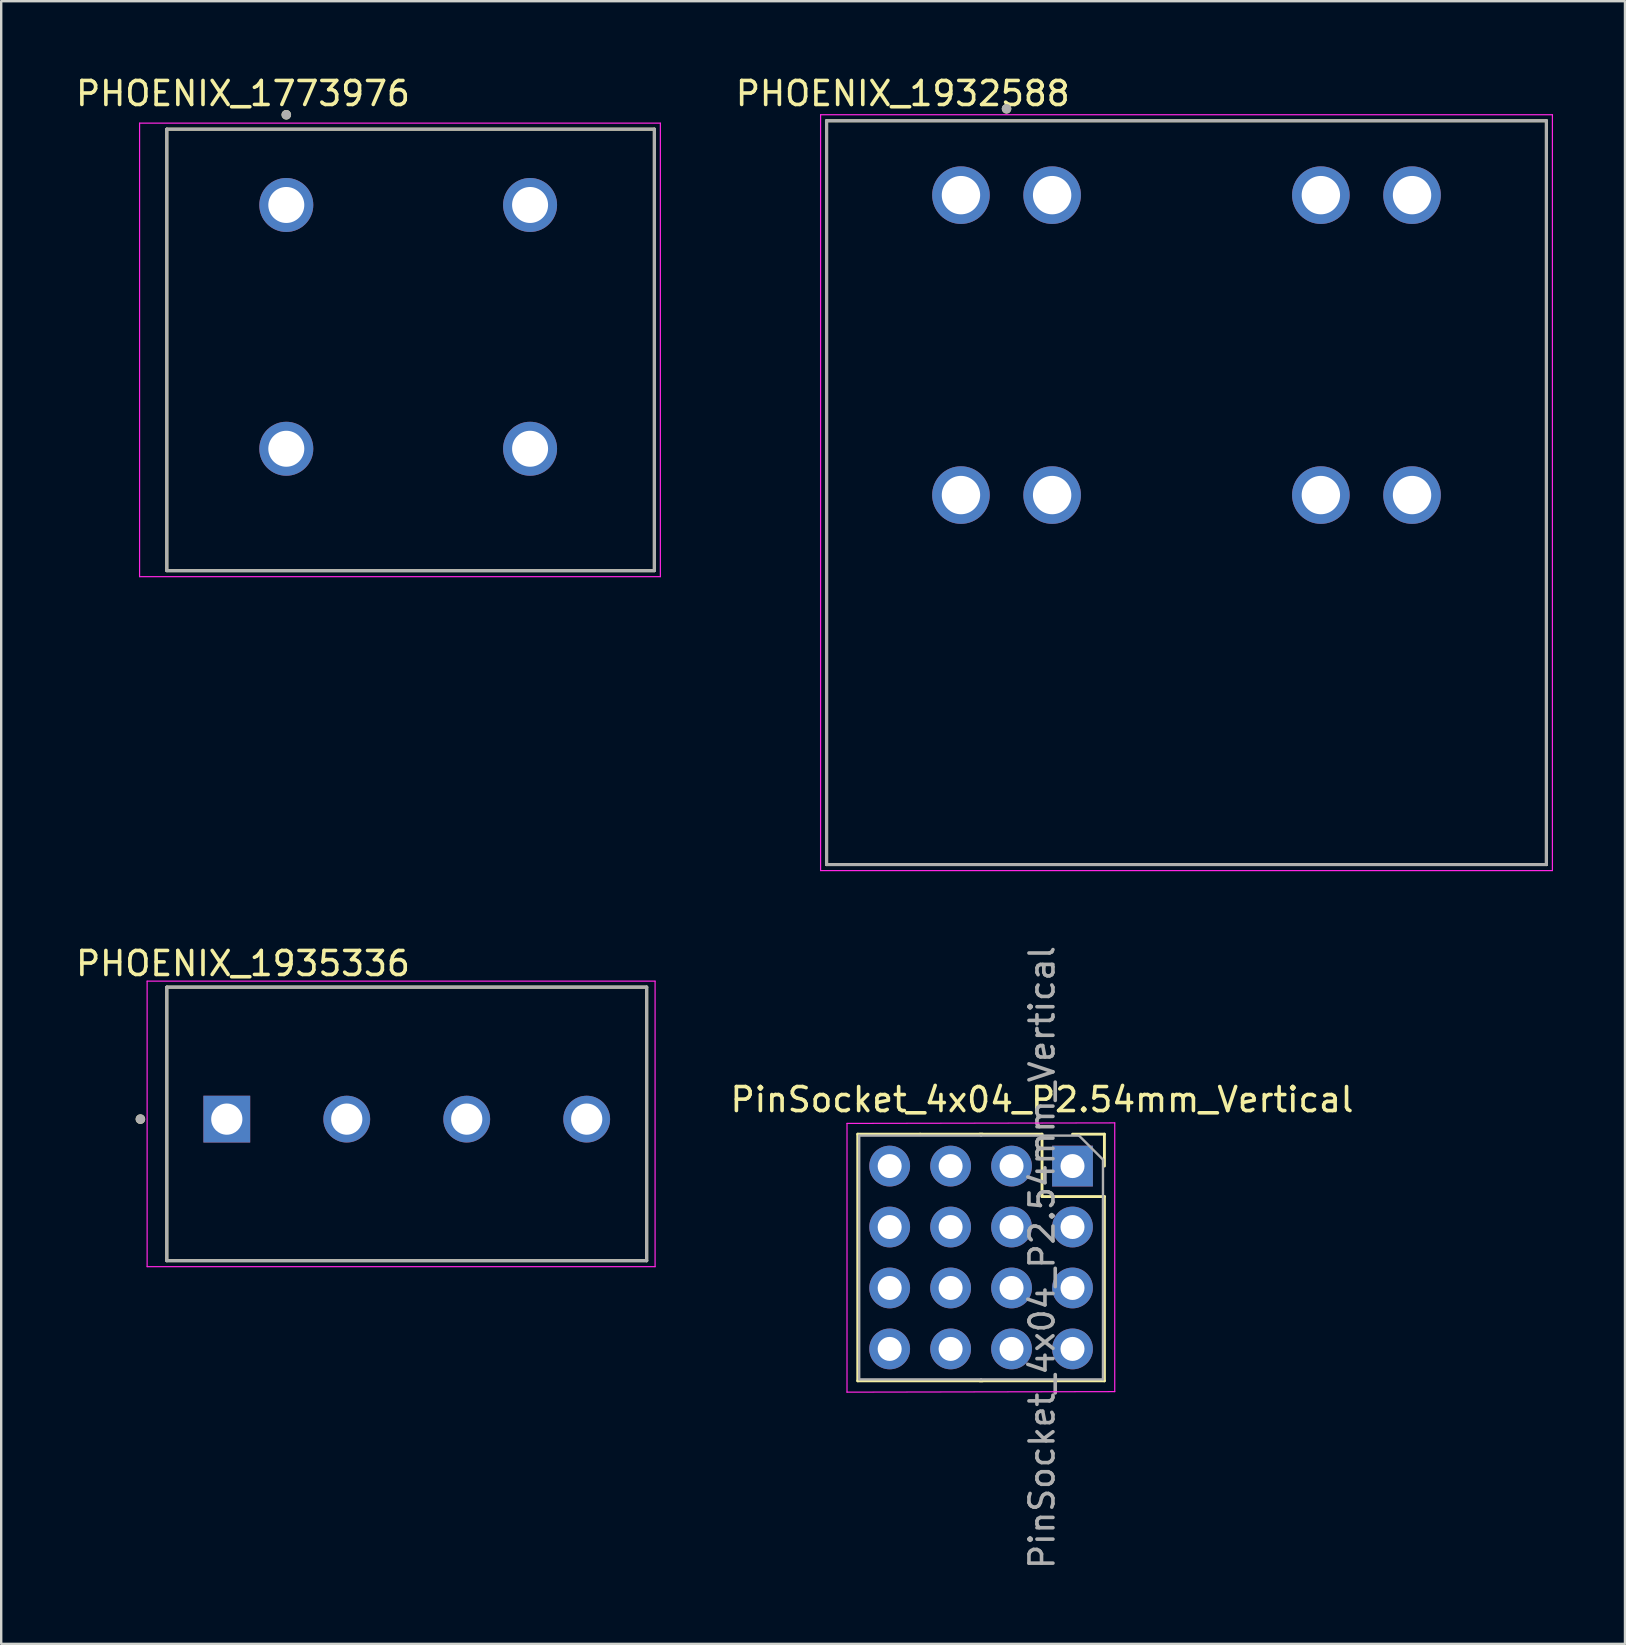
<source format=kicad_pcb>
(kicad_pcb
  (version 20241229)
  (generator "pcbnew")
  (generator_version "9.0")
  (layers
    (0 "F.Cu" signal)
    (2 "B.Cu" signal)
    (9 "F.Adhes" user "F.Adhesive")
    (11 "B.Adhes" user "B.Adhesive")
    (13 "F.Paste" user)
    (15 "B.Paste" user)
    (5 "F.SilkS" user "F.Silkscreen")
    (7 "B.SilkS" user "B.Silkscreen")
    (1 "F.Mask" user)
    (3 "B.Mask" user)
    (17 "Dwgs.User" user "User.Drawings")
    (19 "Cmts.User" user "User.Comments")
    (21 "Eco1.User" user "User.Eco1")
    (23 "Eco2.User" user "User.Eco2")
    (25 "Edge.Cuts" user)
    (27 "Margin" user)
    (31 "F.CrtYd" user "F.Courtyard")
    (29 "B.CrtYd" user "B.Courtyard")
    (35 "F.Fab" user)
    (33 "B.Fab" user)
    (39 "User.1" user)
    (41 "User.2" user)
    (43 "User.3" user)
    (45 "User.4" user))
  (footprint "PHOENIX_1932588"
    (layer "F.Cu")
    (at 31.4 32.983)
    (property "Reference" "PHOENIX_1932588" (at 3.175 -32.135 0) (layer "F.SilkS") (effects (font (size 1 1) (thickness 0.15))))
    (attr through_hole)
    (fp_line (start 0 -31) (end 0 0) (stroke (width 0.127) (type solid)) (layer "F.SilkS"))
    (fp_line (start 0 0) (end 30 0) (stroke (width 0.127) (type solid)) (layer "F.SilkS"))
    (fp_line (start 30 -31) (end 0 -31) (stroke (width 0.127) (type solid)) (layer "F.SilkS"))
    (fp_line (start 30 0) (end 30 -31) (stroke (width 0.127) (type solid)) (layer "F.SilkS"))
    (fp_circle (center 7.5 -31.5) (end 7.6 -31.5) (stroke (width 0.2) (type solid)) (fill no) (layer "F.SilkS"))
    (fp_line (start -0.25 -31.25) (end -0.25 0.25) (stroke (width 0.05) (type solid)) (layer "F.CrtYd"))
    (fp_line (start -0.25 0.25) (end 30.25 0.25) (stroke (width 0.05) (type solid)) (layer "F.CrtYd"))
    (fp_line (start 30.25 -31.25) (end -0.25 -31.25) (stroke (width 0.05) (type solid)) (layer "F.CrtYd"))
    (fp_line (start 30.25 0.25) (end 30.25 -31.25) (stroke (width 0.05) (type solid)) (layer "F.CrtYd"))
    (fp_line (start 0 -31) (end 0 0) (stroke (width 0.127) (type solid)) (layer "F.Fab"))
    (fp_line (start 0 0) (end 30 0) (stroke (width 0.127) (type solid)) (layer "F.Fab"))
    (fp_line (start 30 -31) (end 0 -31) (stroke (width 0.127) (type solid)) (layer "F.Fab"))
    (fp_line (start 30 0) (end 30 -31) (stroke (width 0.127) (type solid)) (layer "F.Fab"))
    (fp_circle (center 7.5 -31.5) (end 7.6 -31.5) (stroke (width 0.2) (type solid)) (fill no) (layer "F.Fab"))
    (pad "1_1" thru_hole circle (at 5.6 -27.9) (size 2.4 2.4) (drill 1.6) (layers "*.Cu" "*.Mask"))
    (pad "1_2" thru_hole circle (at 9.4 -27.9) (size 2.4 2.4) (drill 1.6) (layers "*.Cu" "*.Mask"))
    (pad "1_3" thru_hole circle (at 5.6 -15.4) (size 2.4 2.4) (drill 1.6) (layers "*.Cu" "*.Mask"))
    (pad "1_4" thru_hole circle (at 9.4 -15.4) (size 2.4 2.4) (drill 1.6) (layers "*.Cu" "*.Mask"))
    (pad "2_1" thru_hole circle (at 20.6 -27.9) (size 2.4 2.4) (drill 1.6) (layers "*.Cu" "*.Mask"))
    (pad "2_2" thru_hole circle (at 24.4 -27.9) (size 2.4 2.4) (drill 1.6) (layers "*.Cu" "*.Mask"))
    (pad "2_3" thru_hole circle (at 20.6 -15.4) (size 2.4 2.4) (drill 1.6) (layers "*.Cu" "*.Mask"))
    (pad "2_4" thru_hole circle (at 24.4 -15.4) (size 2.4 2.4) (drill 1.6) (layers "*.Cu" "*.Mask")))
  (footprint "PHOENIX_1935336"
    (layer "F.Cu")
    (at 3.902 49.492)
    (property "Reference" "PHOENIX_1935336" (at 3.175 -12.385 0) (layer "F.SilkS") (effects (font (size 1 1) (thickness 0.15))))
    (attr through_hole)
    (fp_line (start 0 -11.4) (end 20 -11.4) (stroke (width 0.127) (type solid)) (layer "F.SilkS"))
    (fp_line (start 0 0) (end 0 -11.4) (stroke (width 0.127) (type solid)) (layer "F.SilkS"))
    (fp_line (start 0 0) (end 20 0) (stroke (width 0.127) (type solid)) (layer "F.SilkS"))
    (fp_line (start 20 0) (end 20 -11.4) (stroke (width 0.127) (type solid)) (layer "F.SilkS"))
    (fp_circle (center -1.1 -5.9) (end -1 -5.9) (stroke (width 0.2) (type solid)) (fill no) (layer "F.SilkS"))
    (fp_line (start -0.82 -11.65) (end 20.35 -11.65) (stroke (width 0.05) (type solid)) (layer "F.CrtYd"))
    (fp_line (start -0.82 0.25) (end -0.82 -11.65) (stroke (width 0.05) (type solid)) (layer "F.CrtYd"))
    (fp_line (start 20.35 -11.65) (end 20.35 0.25) (stroke (width 0.05) (type solid)) (layer "F.CrtYd"))
    (fp_line (start 20.35 0.25) (end -0.82 0.25) (stroke (width 0.05) (type solid)) (layer "F.CrtYd"))
    (fp_line (start 0 -11.4) (end 20 -11.4) (stroke (width 0.127) (type solid)) (layer "F.Fab"))
    (fp_line (start 0 0) (end 0 -11.4) (stroke (width 0.127) (type solid)) (layer "F.Fab"))
    (fp_line (start 0 0) (end 20 0) (stroke (width 0.127) (type solid)) (layer "F.Fab"))
    (fp_line (start 20 0) (end 20 -11.4) (stroke (width 0.127) (type solid)) (layer "F.Fab"))
    (fp_circle (center -1.1 -5.9) (end -1 -5.9) (stroke (width 0.2) (type solid)) (fill no) (layer "F.Fab"))
    (pad "1" thru_hole rect (at 2.5 -5.9) (size 1.95 1.95) (drill 1.3) (layers "*.Cu" "*.Mask"))
    (pad "2" thru_hole circle (at 7.5 -5.9) (size 1.95 1.95) (drill 1.3) (layers "*.Cu" "*.Mask"))
    (pad "3" thru_hole circle (at 12.5 -5.9) (size 1.95 1.95) (drill 1.3) (layers "*.Cu" "*.Mask"))
    (pad "4" thru_hole circle (at 17.5 -5.9) (size 1.95 1.95) (drill 1.3) (layers "*.Cu" "*.Mask")))
  (footprint "PHOENIX_1773976"
    (layer "F.Cu")
    (at 3.902 20.733)
    (property "Reference" "PHOENIX_1773976" (at 3.175 -19.885 0) (layer "F.SilkS") (effects (font (size 1 1) (thickness 0.15))))
    (attr through_hole)
    (fp_line (start 0 -18.4) (end 0 0) (stroke (width 0.127) (type solid)) (layer "F.SilkS"))
    (fp_line (start 0 0) (end 20.32 0) (stroke (width 0.127) (type solid)) (layer "F.SilkS"))
    (fp_line (start 20.32 -18.4) (end 0 -18.4) (stroke (width 0.127) (type solid)) (layer "F.SilkS"))
    (fp_line (start 20.32 0) (end 20.32 -18.4) (stroke (width 0.127) (type solid)) (layer "F.SilkS"))
    (fp_circle (center 4.98 -19) (end 5.08 -19) (stroke (width 0.2) (type solid)) (fill no) (layer "F.SilkS"))
    (fp_line (start -1.135 -18.65) (end 20.57 -18.65) (stroke (width 0.05) (type solid)) (layer "F.CrtYd"))
    (fp_line (start -1.135 0.25) (end -1.135 -18.65) (stroke (width 0.05) (type solid)) (layer "F.CrtYd"))
    (fp_line (start 20.57 -18.65) (end 20.57 0.25) (stroke (width 0.05) (type solid)) (layer "F.CrtYd"))
    (fp_line (start 20.57 0.25) (end -1.135 0.25) (stroke (width 0.05) (type solid)) (layer "F.CrtYd"))
    (fp_line (start 0 -18.4) (end 0 0) (stroke (width 0.127) (type solid)) (layer "F.Fab"))
    (fp_line (start 0 0) (end 20.32 0) (stroke (width 0.127) (type solid)) (layer "F.Fab"))
    (fp_line (start 20.32 -18.4) (end 0 -18.4) (stroke (width 0.127) (type solid)) (layer "F.Fab"))
    (fp_line (start 20.32 0) (end 20.32 -18.4) (stroke (width 0.127) (type solid)) (layer "F.Fab"))
    (fp_circle (center 4.98 -19) (end 5.08 -19) (stroke (width 0.2) (type solid)) (fill no) (layer "F.Fab"))
    (pad "1_1" thru_hole circle (at 4.98 -15.24) (size 2.25 2.25) (drill 1.5) (layers "*.Cu" "*.Mask"))
    (pad "1_2" thru_hole circle (at 4.98 -5.08) (size 2.25 2.25) (drill 1.5) (layers "*.Cu" "*.Mask"))
    (pad "2_1" thru_hole circle (at 15.14 -15.24) (size 2.25 2.25) (drill 1.5) (layers "*.Cu" "*.Mask"))
    (pad "2_2" thru_hole circle (at 15.14 -5.08) (size 2.25 2.25) (drill 1.5) (layers "*.Cu" "*.Mask")))
  (footprint "PinSocket_4x04_P2.54mm_Vertical"
    (layer "F.Cu")
    (at 41.649 45.549)
    (property "Reference" "PinSocket_4x04_P2.54mm_Vertical" (at -1.27 -2.77 0) (layer "F.SilkS") (effects (font (size 1 1) (thickness 0.15))))
    (attr through_hole)
    (fp_line (start -8.95 -1.33) (end -8.95 8.95) (stroke (width 0.12) (type solid)) (layer "F.SilkS"))
    (fp_line (start -8.95 -1.33) (end -6.35 -1.33) (stroke (width 0.12) (type solid)) (layer "F.SilkS"))
    (fp_line (start -8.95 8.95) (end -3.75 8.95) (stroke (width 0.12) (type solid)) (layer "F.SilkS"))
    (fp_line (start -6.35 -1.33) (end -3.75 -1.33) (stroke (width 0.12) (type solid)) (layer "F.SilkS"))
    (fp_line (start -3.87 -1.33) (end -1.27 -1.33) (stroke (width 0.12) (type solid)) (layer "F.SilkS"))
    (fp_line (start -3.87 8.95) (end 1.33 8.95) (stroke (width 0.12) (type solid)) (layer "F.SilkS"))
    (fp_line (start -1.27 -1.33) (end -1.27 1.27) (stroke (width 0.12) (type solid)) (layer "F.SilkS"))
    (fp_line (start -1.27 1.27) (end 1.33 1.27) (stroke (width 0.12) (type solid)) (layer "F.SilkS"))
    (fp_line (start 0 -1.33) (end 1.33 -1.33) (stroke (width 0.12) (type solid)) (layer "F.SilkS"))
    (fp_line (start 1.33 -1.33) (end 1.33 0) (stroke (width 0.12) (type solid)) (layer "F.SilkS"))
    (fp_line (start 1.33 1.27) (end 1.33 8.95) (stroke (width 0.12) (type solid)) (layer "F.SilkS"))
    (fp_line (start -9.398 -1.778) (end 1.76 -1.8) (stroke (width 0.05) (type solid)) (layer "F.CrtYd"))
    (fp_line (start -9.398 9.422) (end -9.398 -1.778) (stroke (width 0.05) (type solid)) (layer "F.CrtYd"))
    (fp_line (start 1.76 -1.8) (end 1.76 9.4) (stroke (width 0.05) (type solid)) (layer "F.CrtYd"))
    (fp_line (start 1.76 9.4) (end -9.398 9.422) (stroke (width 0.05) (type solid)) (layer "F.CrtYd"))
    (fp_line (start -8.89 -1.27) (end -3.81 -1.27) (stroke (width 0.1) (type solid)) (layer "F.Fab"))
    (fp_line (start -8.89 8.89) (end -8.89 -1.27) (stroke (width 0.1) (type solid)) (layer "F.Fab"))
    (fp_line (start -3.81 -1.27) (end 0.27 -1.27) (stroke (width 0.1) (type solid)) (layer "F.Fab"))
    (fp_line (start -3.81 8.89) (end -8.89 8.89) (stroke (width 0.1) (type solid)) (layer "F.Fab"))
    (fp_line (start 0.27 -1.27) (end 1.27 -0.27) (stroke (width 0.1) (type solid)) (layer "F.Fab"))
    (fp_line (start 1.27 -0.27) (end 1.27 8.89) (stroke (width 0.1) (type solid)) (layer "F.Fab"))
    (fp_line (start 1.27 8.89) (end -3.81 8.89) (stroke (width 0.1) (type solid)) (layer "F.Fab"))
    (fp_text user "${REFERENCE}" (at -1.27 3.81 90) (layer "F.Fab") (effects (font (size 1 1) (thickness 0.15))))
    (pad "1" thru_hole rect (at 0 0) (size 1.7 1.7) (drill 1) (layers "*.Cu" "*.Mask"))
    (pad "2" thru_hole oval (at -2.54 0) (size 1.7 1.7) (drill 1) (layers "*.Cu" "*.Mask"))
    (pad "3" thru_hole oval (at -5.08 0) (size 1.7 1.7) (drill 1) (layers "*.Cu" "*.Mask"))
    (pad "4" thru_hole oval (at -7.62 0) (size 1.7 1.7) (drill 1) (layers "*.Cu" "*.Mask"))
    (pad "5" thru_hole oval (at 0 2.54) (size 1.7 1.7) (drill 1) (layers "*.Cu" "*.Mask"))
    (pad "6" thru_hole oval (at -2.54 2.54) (size 1.7 1.7) (drill 1) (layers "*.Cu" "*.Mask"))
    (pad "7" thru_hole oval (at -5.08 2.54) (size 1.7 1.7) (drill 1) (layers "*.Cu" "*.Mask"))
    (pad "8" thru_hole oval (at -7.62 2.54) (size 1.7 1.7) (drill 1) (layers "*.Cu" "*.Mask"))
    (pad "9" thru_hole oval (at 0 5.08) (size 1.7 1.7) (drill 1) (layers "*.Cu" "*.Mask"))
    (pad "10" thru_hole oval (at -2.54 5.08) (size 1.7 1.7) (drill 1) (layers "*.Cu" "*.Mask"))
    (pad "11" thru_hole oval (at -5.08 5.08) (size 1.7 1.7) (drill 1) (layers "*.Cu" "*.Mask"))
    (pad "12" thru_hole oval (at -7.62 5.08) (size 1.7 1.7) (drill 1) (layers "*.Cu" "*.Mask"))
    (pad "13" thru_hole oval (at 0 7.62) (size 1.7 1.7) (drill 1) (layers "*.Cu" "*.Mask"))
    (pad "14" thru_hole oval (at -2.54 7.62) (size 1.7 1.7) (drill 1) (layers "*.Cu" "*.Mask"))
    (pad "15" thru_hole oval (at -5.08 7.62) (size 1.7 1.7) (drill 1) (layers "*.Cu" "*.Mask"))
    (pad "16" thru_hole oval (at -7.62 7.62) (size 1.7 1.7) (drill 1) (layers "*.Cu" "*.Mask")))
  (gr_rect
    (start -3 -3)
    (end 64.675 65.461)
    (stroke (width 0.1) (type default))
    (fill no)
    (layer "Edge.Cuts")))
</source>
